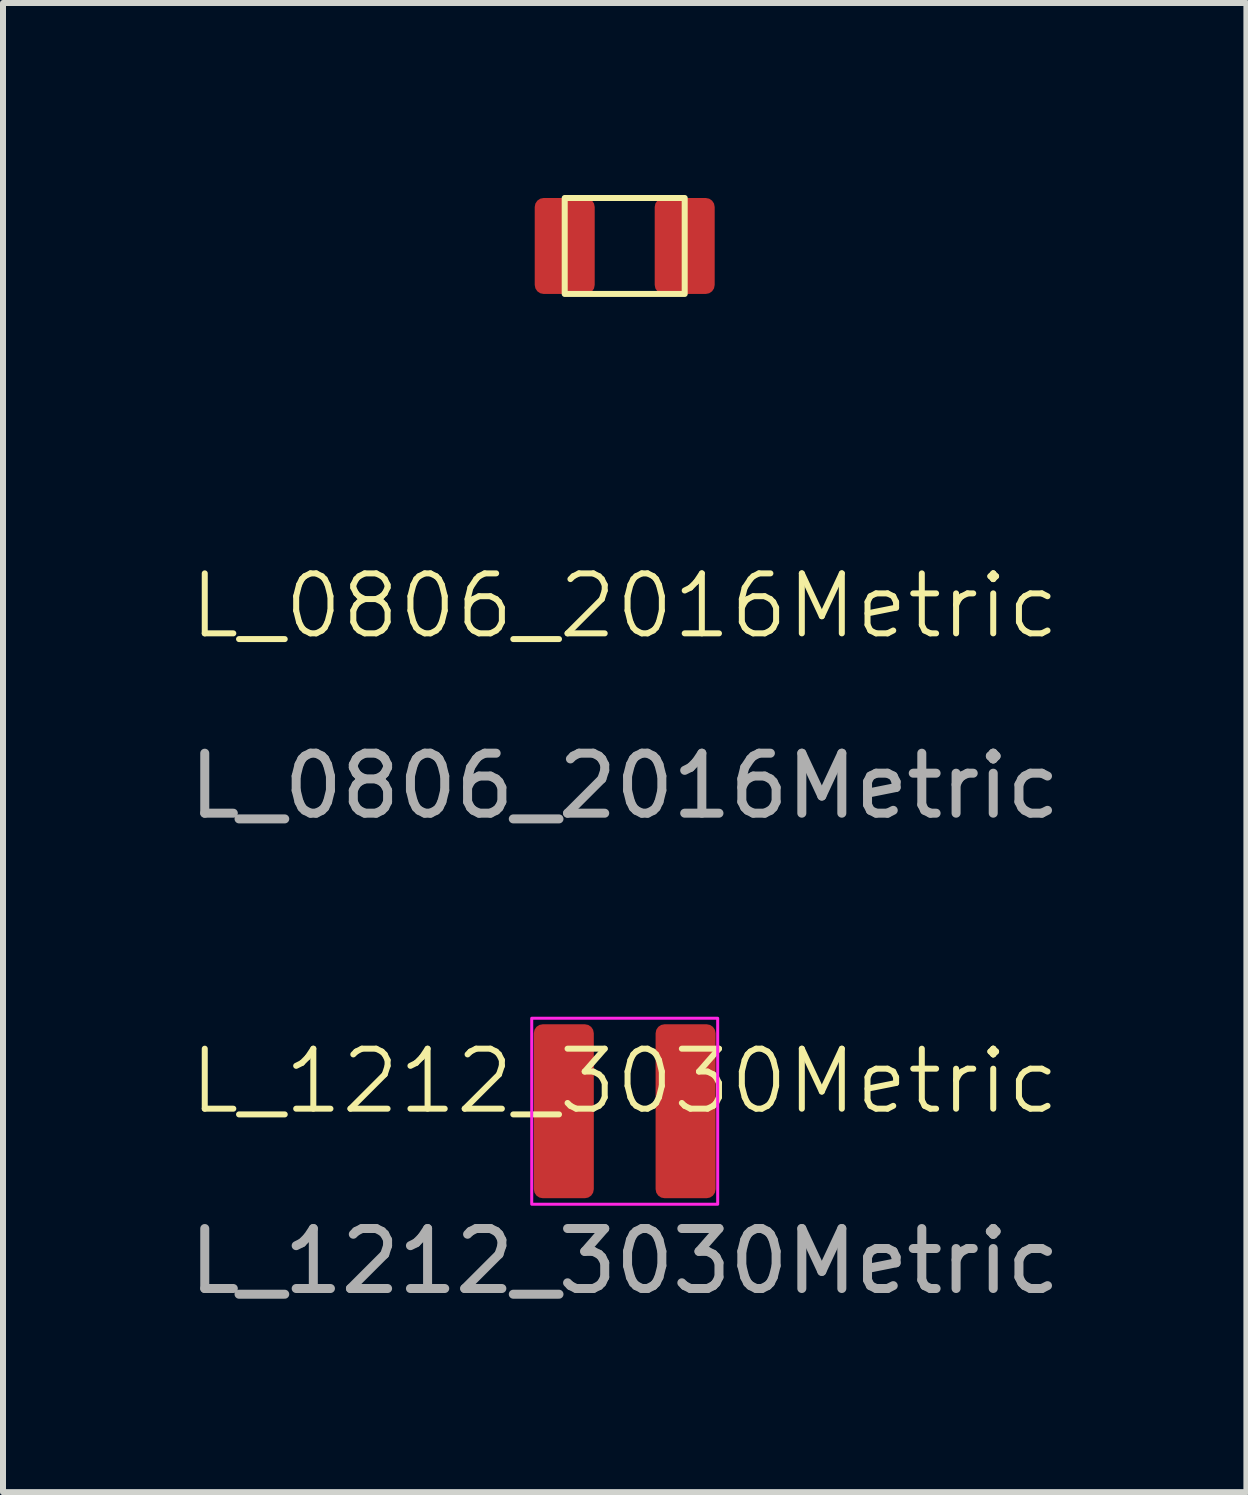
<source format=kicad_pcb>
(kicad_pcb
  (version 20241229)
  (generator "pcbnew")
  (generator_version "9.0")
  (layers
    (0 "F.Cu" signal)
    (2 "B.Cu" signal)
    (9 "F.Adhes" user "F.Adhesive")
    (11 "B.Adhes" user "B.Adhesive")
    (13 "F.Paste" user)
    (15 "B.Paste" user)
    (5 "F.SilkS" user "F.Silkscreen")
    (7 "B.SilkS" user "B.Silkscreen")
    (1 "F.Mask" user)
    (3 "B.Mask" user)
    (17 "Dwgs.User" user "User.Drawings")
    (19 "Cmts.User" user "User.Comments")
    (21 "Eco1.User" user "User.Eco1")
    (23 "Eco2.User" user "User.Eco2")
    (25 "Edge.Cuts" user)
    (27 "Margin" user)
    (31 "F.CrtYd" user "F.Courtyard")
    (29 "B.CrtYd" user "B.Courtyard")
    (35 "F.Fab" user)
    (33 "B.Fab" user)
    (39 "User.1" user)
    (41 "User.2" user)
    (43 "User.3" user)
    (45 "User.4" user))
  (footprint "L_0806_2016Metric"
    (layer "F.Cu")
    (at 7.363 1.05)
    (property "Reference" "L_0806_2016Metric" (at 0 6 0) (unlocked yes) (layer "F.SilkS") (effects (font (size 1 1) (thickness 0.1))))
    (attr smd)
    (fp_rect (start -1 -0.8) (end 1 0.8) (stroke (width 0.1) (type solid)) (fill no) (layer "F.SilkS"))
    (fp_rect (start -1.75 -1) (end 1.75 1) (stroke (width 0.1) (type default)) (fill no) (layer "Margin"))
    (fp_text user "${REFERENCE}" (at 0 9 0) (unlocked yes) (layer "F.Fab") (effects (font (size 1 1) (thickness 0.15))))
    (pad "1" smd roundrect (at -1 0) (size 1 1.6) (layers "F.Cu" "F.Mask" "F.Paste") (roundrect_rratio 0.15))
    (pad "2" smd roundrect (at 1 0) (size 1 1.6) (layers "F.Cu" "F.Mask" "F.Paste") (roundrect_rratio 0.15)))
  (footprint "L_1212_3030Metric"
    (layer "F.Cu")
    (at 7.363 15.473)
    (property "Reference" "L_1212_3030Metric" (at 0 -0.5 0) (unlocked yes) (layer "F.SilkS") (effects (font (size 1 1) (thickness 0.1))))
    (attr smd)
    (fp_rect (start -1.55 -1.55) (end 1.55 1.55) (stroke (width 0.05) (type solid)) (fill no) (layer "F.CrtYd"))
    (fp_text user "${REFERENCE}" (at 0 2.5 0) (unlocked yes) (layer "F.Fab") (effects (font (size 1 1) (thickness 0.15))))
    (pad "1" smd roundrect (at -1.015 0) (size 1 2.9) (layers "F.Cu" "F.Mask" "F.Paste") (roundrect_rratio 0.15))
    (pad "1" smd roundrect (at 1.015 0) (size 1 2.9) (layers "F.Cu" "F.Mask" "F.Paste") (roundrect_rratio 0.15)))
  (gr_rect
    (start -3 -3)
    (end 17.726 21.822)
    (stroke (width 0.1) (type default))
    (fill no)
    (layer "Edge.Cuts")))
</source>
